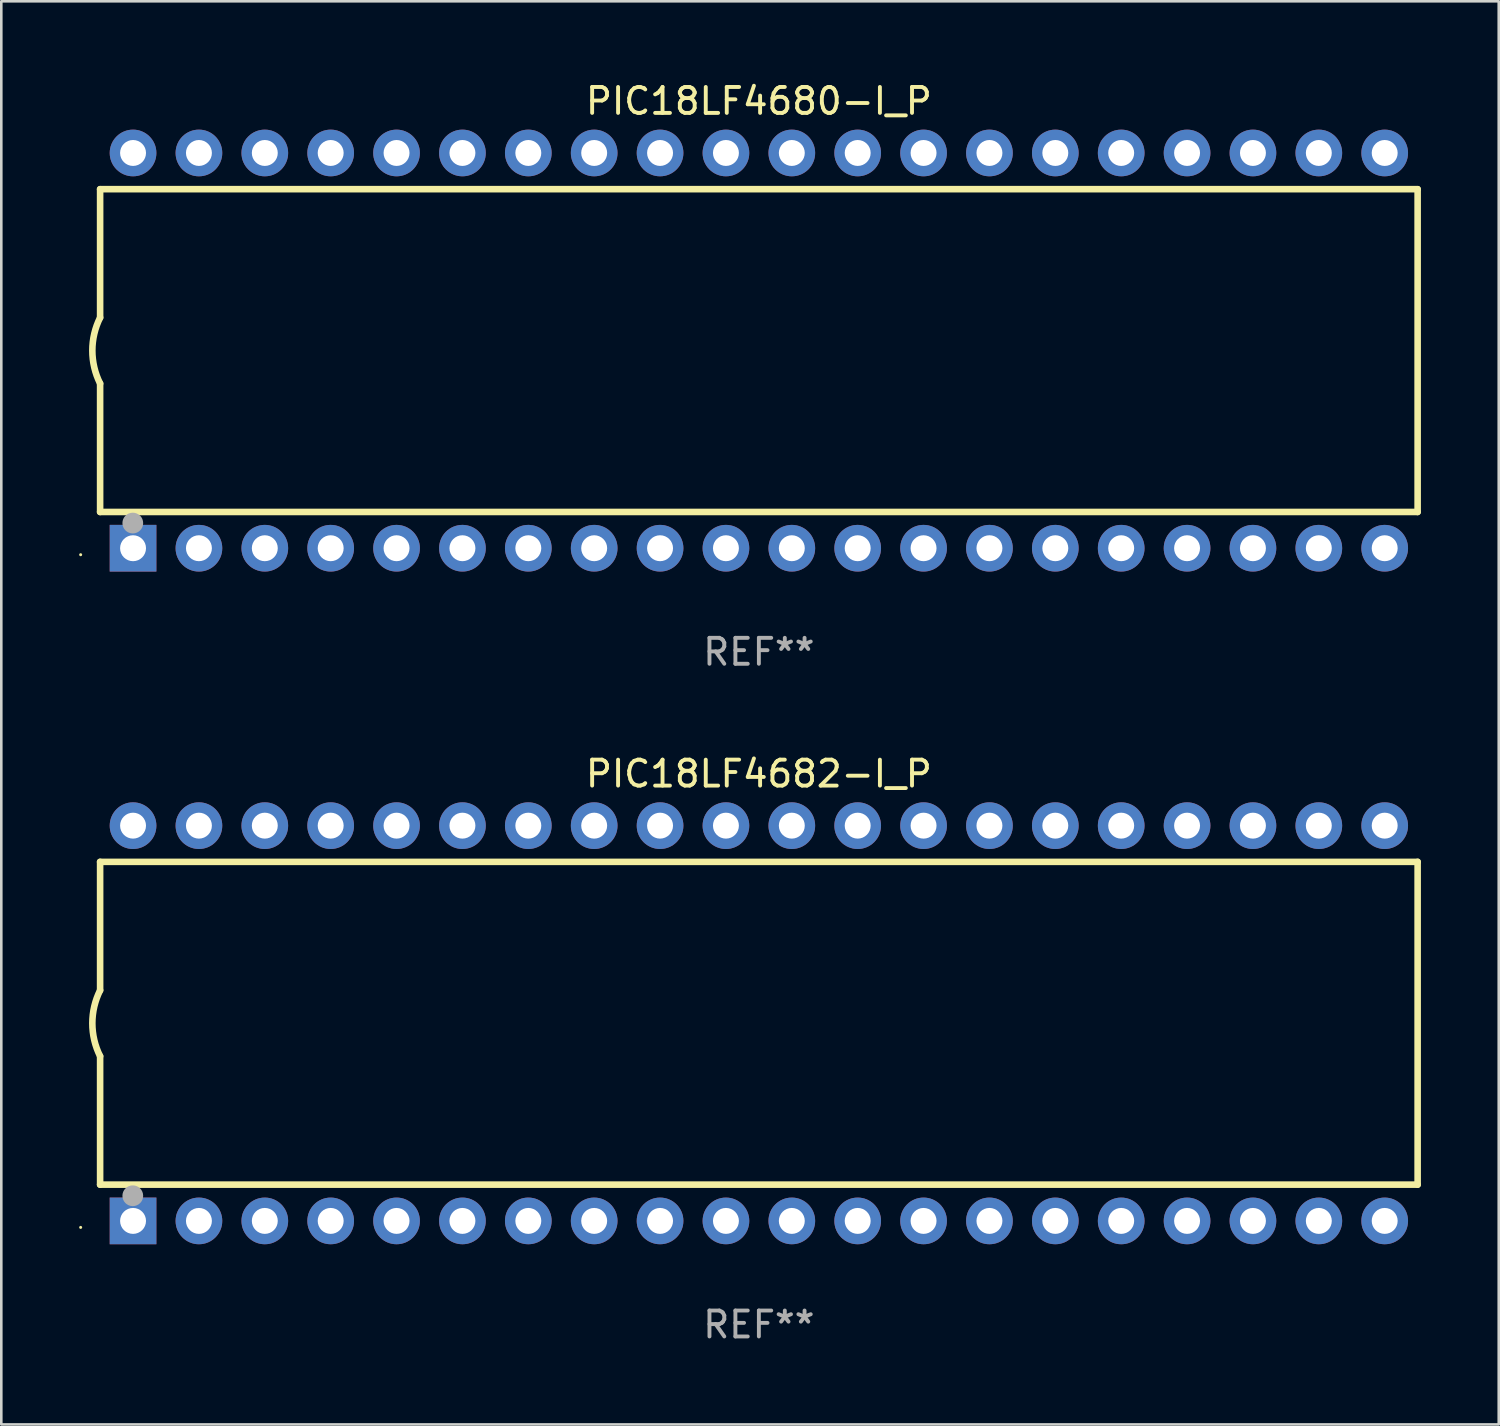
<source format=kicad_pcb>
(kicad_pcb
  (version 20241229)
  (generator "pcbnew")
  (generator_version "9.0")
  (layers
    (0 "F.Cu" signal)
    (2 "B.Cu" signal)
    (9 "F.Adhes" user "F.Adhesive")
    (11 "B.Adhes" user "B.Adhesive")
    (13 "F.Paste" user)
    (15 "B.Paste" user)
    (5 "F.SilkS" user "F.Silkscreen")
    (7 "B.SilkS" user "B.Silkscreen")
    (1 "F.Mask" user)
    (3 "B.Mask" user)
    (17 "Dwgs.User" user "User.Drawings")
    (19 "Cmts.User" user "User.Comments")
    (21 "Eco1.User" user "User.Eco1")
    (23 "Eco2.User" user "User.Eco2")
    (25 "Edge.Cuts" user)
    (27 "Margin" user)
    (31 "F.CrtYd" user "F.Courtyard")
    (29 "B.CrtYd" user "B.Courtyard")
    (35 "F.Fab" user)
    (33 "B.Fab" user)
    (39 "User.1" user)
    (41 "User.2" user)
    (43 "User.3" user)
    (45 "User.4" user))
  (footprint "PIC18LF4680-I_P"
    (layer "F.Cu")
    (at 26.21 10.468)
    (property "Reference" "PIC18LF4680-I_P" (at 0 -9.62 0) (layer "F.SilkS") (effects (font (size 1 1) (thickness 0.15))))
    (attr through_hole)
    (fp_line (start -25.4 -6.224) (end -25.4 -1.271) (stroke (width 0.254) (type solid)) (layer "F.SilkS"))
    (fp_line (start -25.4 -6.224) (end 25.4 -6.224) (stroke (width 0.254) (type solid)) (layer "F.SilkS"))
    (fp_line (start -25.4 1.269) (end -25.4 6.222) (stroke (width 0.254) (type solid)) (layer "F.SilkS"))
    (fp_line (start -25.4 6.222) (end 25.4 6.222) (stroke (width 0.254) (type solid)) (layer "F.SilkS"))
    (fp_line (start 25.4 6.222) (end 25.4 -6.224) (stroke (width 0.254) (type solid)) (layer "F.SilkS"))
    (fp_arc (start -25.4 1.269241) (mid -25.699807 -0.000762) (end -25.4 -1.270765) (stroke (width 0.254001) (type solid)) (layer "F.SilkS"))
    (fp_circle (center -26.15 7.87) (end -26.12 7.87) (stroke (width 0.06) (type solid)) (fill no) (layer "F.SilkS"))
    (fp_circle (center -24.14 6.65) (end -23.94 6.65) (stroke (width 0.4) (type solid)) (fill no) (layer "F.Fab"))
    (fp_text user "REF**" (at 0 11.62 0) (layer "F.Fab") (effects (font (size 1 1) (thickness 0.15))))
    (pad "1" thru_hole rect (at -24.13 7.62 90) (size 1.8 1.8) (drill 1) (layers "*.Cu" "*.Mask"))
    (pad "2" thru_hole circle (at -21.59 7.62) (size 1.8 1.8) (drill 1) (layers "*.Cu" "*.Mask"))
    (pad "3" thru_hole circle (at -19.05 7.62) (size 1.8 1.8) (drill 1) (layers "*.Cu" "*.Mask"))
    (pad "4" thru_hole circle (at -16.51 7.62) (size 1.8 1.8) (drill 1) (layers "*.Cu" "*.Mask"))
    (pad "5" thru_hole circle (at -13.97 7.62) (size 1.8 1.8) (drill 1) (layers "*.Cu" "*.Mask"))
    (pad "6" thru_hole circle (at -11.43 7.62) (size 1.8 1.8) (drill 1) (layers "*.Cu" "*.Mask"))
    (pad "7" thru_hole circle (at -8.89 7.62) (size 1.8 1.8) (drill 1) (layers "*.Cu" "*.Mask"))
    (pad "8" thru_hole circle (at -6.35 7.62) (size 1.8 1.8) (drill 1) (layers "*.Cu" "*.Mask"))
    (pad "9" thru_hole circle (at -3.81 7.62) (size 1.8 1.8) (drill 1) (layers "*.Cu" "*.Mask"))
    (pad "10" thru_hole circle (at -1.27 7.62) (size 1.8 1.8) (drill 1) (layers "*.Cu" "*.Mask"))
    (pad "11" thru_hole circle (at 1.27 7.62) (size 1.8 1.8) (drill 1) (layers "*.Cu" "*.Mask"))
    (pad "12" thru_hole circle (at 3.81 7.62) (size 1.8 1.8) (drill 1) (layers "*.Cu" "*.Mask"))
    (pad "13" thru_hole circle (at 6.35 7.62) (size 1.8 1.8) (drill 1) (layers "*.Cu" "*.Mask"))
    (pad "14" thru_hole circle (at 8.89 7.62) (size 1.8 1.8) (drill 1) (layers "*.Cu" "*.Mask"))
    (pad "15" thru_hole circle (at 11.43 7.62) (size 1.8 1.8) (drill 1) (layers "*.Cu" "*.Mask"))
    (pad "16" thru_hole circle (at 13.97 7.62) (size 1.8 1.8) (drill 1) (layers "*.Cu" "*.Mask"))
    (pad "17" thru_hole circle (at 16.51 7.62) (size 1.8 1.8) (drill 1) (layers "*.Cu" "*.Mask"))
    (pad "18" thru_hole circle (at 19.05 7.62) (size 1.8 1.8) (drill 1) (layers "*.Cu" "*.Mask"))
    (pad "19" thru_hole circle (at 21.59 7.62) (size 1.8 1.8) (drill 1) (layers "*.Cu" "*.Mask"))
    (pad "20" thru_hole circle (at 24.13 7.62) (size 1.8 1.8) (drill 1) (layers "*.Cu" "*.Mask"))
    (pad "21" thru_hole circle (at 24.13 -7.62) (size 1.8 1.8) (drill 1) (layers "*.Cu" "*.Mask"))
    (pad "22" thru_hole circle (at 21.59 -7.62) (size 1.8 1.8) (drill 1) (layers "*.Cu" "*.Mask"))
    (pad "23" thru_hole circle (at 19.05 -7.62) (size 1.8 1.8) (drill 1) (layers "*.Cu" "*.Mask"))
    (pad "24" thru_hole circle (at 16.51 -7.62) (size 1.8 1.8) (drill 1) (layers "*.Cu" "*.Mask"))
    (pad "25" thru_hole circle (at 13.97 -7.62) (size 1.8 1.8) (drill 1) (layers "*.Cu" "*.Mask"))
    (pad "26" thru_hole circle (at 11.43 -7.62) (size 1.8 1.8) (drill 1) (layers "*.Cu" "*.Mask"))
    (pad "27" thru_hole circle (at 8.89 -7.62) (size 1.8 1.8) (drill 1) (layers "*.Cu" "*.Mask"))
    (pad "28" thru_hole circle (at 6.35 -7.62) (size 1.8 1.8) (drill 1) (layers "*.Cu" "*.Mask"))
    (pad "29" thru_hole circle (at 3.81 -7.62) (size 1.8 1.8) (drill 1) (layers "*.Cu" "*.Mask"))
    (pad "30" thru_hole circle (at 1.27 -7.62) (size 1.8 1.8) (drill 1) (layers "*.Cu" "*.Mask"))
    (pad "31" thru_hole circle (at -1.27 -7.62) (size 1.8 1.8) (drill 1) (layers "*.Cu" "*.Mask"))
    (pad "32" thru_hole circle (at -3.81 -7.62) (size 1.8 1.8) (drill 1) (layers "*.Cu" "*.Mask"))
    (pad "33" thru_hole circle (at -6.35 -7.62) (size 1.8 1.8) (drill 1) (layers "*.Cu" "*.Mask"))
    (pad "34" thru_hole circle (at -8.89 -7.62) (size 1.8 1.8) (drill 1) (layers "*.Cu" "*.Mask"))
    (pad "35" thru_hole circle (at -11.43 -7.62) (size 1.8 1.8) (drill 1) (layers "*.Cu" "*.Mask"))
    (pad "36" thru_hole circle (at -13.97 -7.62) (size 1.8 1.8) (drill 1) (layers "*.Cu" "*.Mask"))
    (pad "37" thru_hole circle (at -16.51 -7.62) (size 1.8 1.8) (drill 1) (layers "*.Cu" "*.Mask"))
    (pad "38" thru_hole circle (at -19.05 -7.62) (size 1.8 1.8) (drill 1) (layers "*.Cu" "*.Mask"))
    (pad "39" thru_hole circle (at -21.59 -7.62) (size 1.8 1.8) (drill 1) (layers "*.Cu" "*.Mask"))
    (pad "40" thru_hole circle (at -24.13 -7.62) (size 1.8 1.8) (drill 1) (layers "*.Cu" "*.Mask")))
  (footprint "PIC18LF4682-I_P"
    (layer "F.Cu")
    (at 26.21 36.405)
    (property "Reference" "PIC18LF4682-I_P" (at 0 -9.62 0) (layer "F.SilkS") (effects (font (size 1 1) (thickness 0.15))))
    (attr through_hole)
    (fp_line (start -25.4 -6.224) (end -25.4 -1.271) (stroke (width 0.254) (type solid)) (layer "F.SilkS"))
    (fp_line (start -25.4 -6.224) (end 25.4 -6.224) (stroke (width 0.254) (type solid)) (layer "F.SilkS"))
    (fp_line (start -25.4 1.269) (end -25.4 6.222) (stroke (width 0.254) (type solid)) (layer "F.SilkS"))
    (fp_line (start -25.4 6.222) (end 25.4 6.222) (stroke (width 0.254) (type solid)) (layer "F.SilkS"))
    (fp_line (start 25.4 6.222) (end 25.4 -6.224) (stroke (width 0.254) (type solid)) (layer "F.SilkS"))
    (fp_arc (start -25.4 1.269241) (mid -25.699807 -0.000762) (end -25.4 -1.270765) (stroke (width 0.254001) (type solid)) (layer "F.SilkS"))
    (fp_circle (center -26.15 7.87) (end -26.12 7.87) (stroke (width 0.06) (type solid)) (fill no) (layer "F.SilkS"))
    (fp_circle (center -24.14 6.65) (end -23.94 6.65) (stroke (width 0.4) (type solid)) (fill no) (layer "F.Fab"))
    (fp_text user "REF**" (at 0 11.62 0) (layer "F.Fab") (effects (font (size 1 1) (thickness 0.15))))
    (pad "1" thru_hole rect (at -24.13 7.62 90) (size 1.8 1.8) (drill 1) (layers "*.Cu" "*.Mask"))
    (pad "2" thru_hole circle (at -21.59 7.62) (size 1.8 1.8) (drill 1) (layers "*.Cu" "*.Mask"))
    (pad "3" thru_hole circle (at -19.05 7.62) (size 1.8 1.8) (drill 1) (layers "*.Cu" "*.Mask"))
    (pad "4" thru_hole circle (at -16.51 7.62) (size 1.8 1.8) (drill 1) (layers "*.Cu" "*.Mask"))
    (pad "5" thru_hole circle (at -13.97 7.62) (size 1.8 1.8) (drill 1) (layers "*.Cu" "*.Mask"))
    (pad "6" thru_hole circle (at -11.43 7.62) (size 1.8 1.8) (drill 1) (layers "*.Cu" "*.Mask"))
    (pad "7" thru_hole circle (at -8.89 7.62) (size 1.8 1.8) (drill 1) (layers "*.Cu" "*.Mask"))
    (pad "8" thru_hole circle (at -6.35 7.62) (size 1.8 1.8) (drill 1) (layers "*.Cu" "*.Mask"))
    (pad "9" thru_hole circle (at -3.81 7.62) (size 1.8 1.8) (drill 1) (layers "*.Cu" "*.Mask"))
    (pad "10" thru_hole circle (at -1.27 7.62) (size 1.8 1.8) (drill 1) (layers "*.Cu" "*.Mask"))
    (pad "11" thru_hole circle (at 1.27 7.62) (size 1.8 1.8) (drill 1) (layers "*.Cu" "*.Mask"))
    (pad "12" thru_hole circle (at 3.81 7.62) (size 1.8 1.8) (drill 1) (layers "*.Cu" "*.Mask"))
    (pad "13" thru_hole circle (at 6.35 7.62) (size 1.8 1.8) (drill 1) (layers "*.Cu" "*.Mask"))
    (pad "14" thru_hole circle (at 8.89 7.62) (size 1.8 1.8) (drill 1) (layers "*.Cu" "*.Mask"))
    (pad "15" thru_hole circle (at 11.43 7.62) (size 1.8 1.8) (drill 1) (layers "*.Cu" "*.Mask"))
    (pad "16" thru_hole circle (at 13.97 7.62) (size 1.8 1.8) (drill 1) (layers "*.Cu" "*.Mask"))
    (pad "17" thru_hole circle (at 16.51 7.62) (size 1.8 1.8) (drill 1) (layers "*.Cu" "*.Mask"))
    (pad "18" thru_hole circle (at 19.05 7.62) (size 1.8 1.8) (drill 1) (layers "*.Cu" "*.Mask"))
    (pad "19" thru_hole circle (at 21.59 7.62) (size 1.8 1.8) (drill 1) (layers "*.Cu" "*.Mask"))
    (pad "20" thru_hole circle (at 24.13 7.62) (size 1.8 1.8) (drill 1) (layers "*.Cu" "*.Mask"))
    (pad "21" thru_hole circle (at 24.13 -7.62) (size 1.8 1.8) (drill 1) (layers "*.Cu" "*.Mask"))
    (pad "22" thru_hole circle (at 21.59 -7.62) (size 1.8 1.8) (drill 1) (layers "*.Cu" "*.Mask"))
    (pad "23" thru_hole circle (at 19.05 -7.62) (size 1.8 1.8) (drill 1) (layers "*.Cu" "*.Mask"))
    (pad "24" thru_hole circle (at 16.51 -7.62) (size 1.8 1.8) (drill 1) (layers "*.Cu" "*.Mask"))
    (pad "25" thru_hole circle (at 13.97 -7.62) (size 1.8 1.8) (drill 1) (layers "*.Cu" "*.Mask"))
    (pad "26" thru_hole circle (at 11.43 -7.62) (size 1.8 1.8) (drill 1) (layers "*.Cu" "*.Mask"))
    (pad "27" thru_hole circle (at 8.89 -7.62) (size 1.8 1.8) (drill 1) (layers "*.Cu" "*.Mask"))
    (pad "28" thru_hole circle (at 6.35 -7.62) (size 1.8 1.8) (drill 1) (layers "*.Cu" "*.Mask"))
    (pad "29" thru_hole circle (at 3.81 -7.62) (size 1.8 1.8) (drill 1) (layers "*.Cu" "*.Mask"))
    (pad "30" thru_hole circle (at 1.27 -7.62) (size 1.8 1.8) (drill 1) (layers "*.Cu" "*.Mask"))
    (pad "31" thru_hole circle (at -1.27 -7.62) (size 1.8 1.8) (drill 1) (layers "*.Cu" "*.Mask"))
    (pad "32" thru_hole circle (at -3.81 -7.62) (size 1.8 1.8) (drill 1) (layers "*.Cu" "*.Mask"))
    (pad "33" thru_hole circle (at -6.35 -7.62) (size 1.8 1.8) (drill 1) (layers "*.Cu" "*.Mask"))
    (pad "34" thru_hole circle (at -8.89 -7.62) (size 1.8 1.8) (drill 1) (layers "*.Cu" "*.Mask"))
    (pad "35" thru_hole circle (at -11.43 -7.62) (size 1.8 1.8) (drill 1) (layers "*.Cu" "*.Mask"))
    (pad "36" thru_hole circle (at -13.97 -7.62) (size 1.8 1.8) (drill 1) (layers "*.Cu" "*.Mask"))
    (pad "37" thru_hole circle (at -16.51 -7.62) (size 1.8 1.8) (drill 1) (layers "*.Cu" "*.Mask"))
    (pad "38" thru_hole circle (at -19.05 -7.62) (size 1.8 1.8) (drill 1) (layers "*.Cu" "*.Mask"))
    (pad "39" thru_hole circle (at -21.59 -7.62) (size 1.8 1.8) (drill 1) (layers "*.Cu" "*.Mask"))
    (pad "40" thru_hole circle (at -24.13 -7.62) (size 1.8 1.8) (drill 1) (layers "*.Cu" "*.Mask")))
  (gr_rect
    (start -3 -3)
    (end 54.737 51.873)
    (stroke (width 0.1) (type default))
    (fill no)
    (layer "Edge.Cuts")))
</source>
